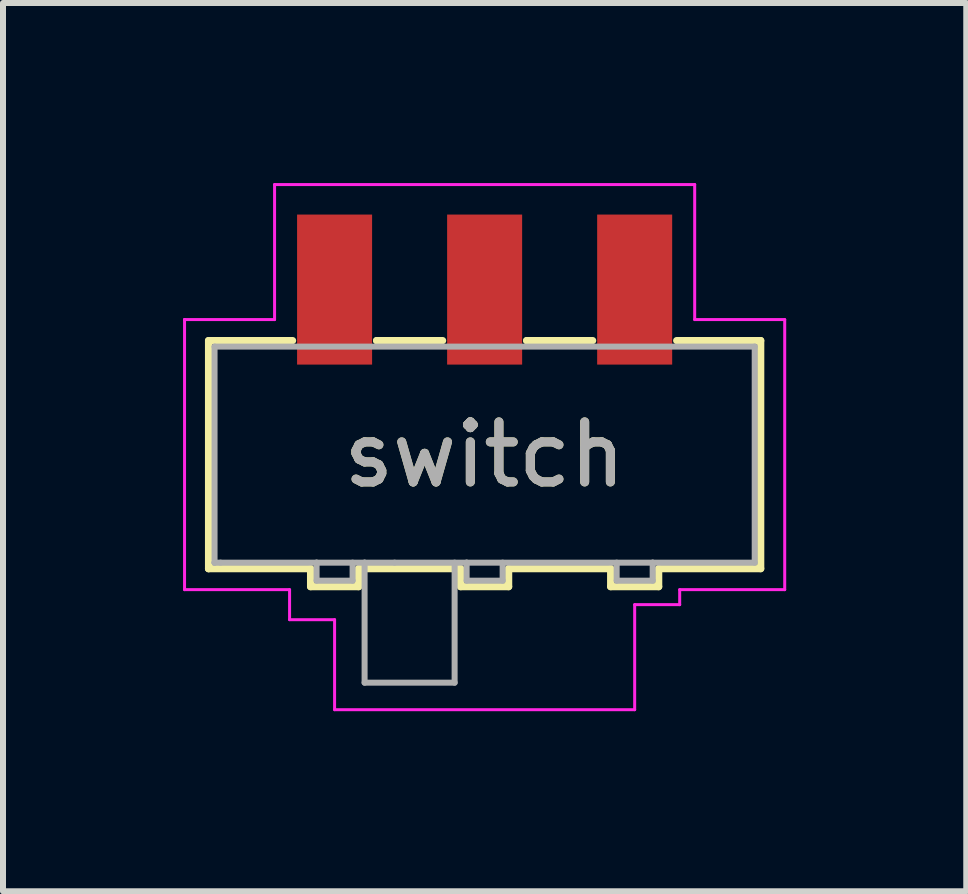
<source format=kicad_pcb>
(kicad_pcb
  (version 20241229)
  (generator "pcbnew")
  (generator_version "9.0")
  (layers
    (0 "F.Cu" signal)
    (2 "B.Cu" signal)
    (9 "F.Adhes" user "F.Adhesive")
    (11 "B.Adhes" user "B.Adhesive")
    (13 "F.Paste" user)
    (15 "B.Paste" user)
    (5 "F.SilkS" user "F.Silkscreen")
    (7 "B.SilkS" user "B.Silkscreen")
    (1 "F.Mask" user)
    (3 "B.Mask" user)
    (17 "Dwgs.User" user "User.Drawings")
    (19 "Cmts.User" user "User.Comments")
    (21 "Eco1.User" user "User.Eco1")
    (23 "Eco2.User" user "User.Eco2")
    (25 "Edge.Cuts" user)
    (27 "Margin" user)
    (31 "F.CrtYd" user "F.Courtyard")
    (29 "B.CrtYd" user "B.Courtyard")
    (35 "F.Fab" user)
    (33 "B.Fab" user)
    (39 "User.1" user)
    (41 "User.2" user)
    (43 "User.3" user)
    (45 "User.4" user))
  (footprint "switch"
    (layer "F.Cu")
    (at 5.025 4.025)
    (property "Reference" "switch" (at 0 0.5 0) (layer "F.SilkS") (effects (font (size 1 1) (thickness 0.15))))
    (attr through_hole)
    (fp_line (start -4.6 -1.4) (end -3.2 -1.4) (stroke (width 0.12) (type solid)) (layer "F.SilkS"))
    (fp_line (start -4.6 2.4) (end -4.6 -1.4) (stroke (width 0.12) (type solid)) (layer "F.SilkS"))
    (fp_line (start -4.6 2.4) (end -4.6 2.4) (stroke (width 0.12) (type solid)) (layer "F.SilkS"))
    (fp_line (start -2.9 2.4) (end -4.6 2.4) (stroke (width 0.12) (type solid)) (layer "F.SilkS"))
    (fp_line (start -2.9 2.7) (end -2.9 2.4) (stroke (width 0.12) (type solid)) (layer "F.SilkS"))
    (fp_line (start -2.1 2.4) (end -2.1 2.7) (stroke (width 0.12) (type solid)) (layer "F.SilkS"))
    (fp_line (start -2.1 2.7) (end -2.9 2.7) (stroke (width 0.12) (type solid)) (layer "F.SilkS"))
    (fp_line (start -1.8 -1.4) (end -1.8 -1.4) (stroke (width 0.12) (type solid)) (layer "F.SilkS"))
    (fp_line (start -0.7 -1.4) (end -1.8 -1.4) (stroke (width 0.12) (type solid)) (layer "F.SilkS"))
    (fp_line (start -0.4 2.4) (end -2.1 2.4) (stroke (width 0.12) (type solid)) (layer "F.SilkS"))
    (fp_line (start -0.4 2.7) (end -0.4 2.4) (stroke (width 0.12) (type solid)) (layer "F.SilkS"))
    (fp_line (start 0.4 2.4) (end 0.4 2.7) (stroke (width 0.12) (type solid)) (layer "F.SilkS"))
    (fp_line (start 0.4 2.7) (end -0.4 2.7) (stroke (width 0.12) (type solid)) (layer "F.SilkS"))
    (fp_line (start 0.7 -1.4) (end 0.7 -1.4) (stroke (width 0.12) (type solid)) (layer "F.SilkS"))
    (fp_line (start 1.8 -1.4) (end 0.7 -1.4) (stroke (width 0.12) (type solid)) (layer "F.SilkS"))
    (fp_line (start 2.1 2.4) (end 0.4 2.4) (stroke (width 0.12) (type solid)) (layer "F.SilkS"))
    (fp_line (start 2.1 2.7) (end 2.1 2.4) (stroke (width 0.12) (type solid)) (layer "F.SilkS"))
    (fp_line (start 2.9 2.4) (end 2.9 2.7) (stroke (width 0.12) (type solid)) (layer "F.SilkS"))
    (fp_line (start 2.9 2.7) (end 2.1 2.7) (stroke (width 0.12) (type solid)) (layer "F.SilkS"))
    (fp_line (start 3.2 -1.4) (end 4.6 -1.4) (stroke (width 0.12) (type solid)) (layer "F.SilkS"))
    (fp_line (start 4.6 -1.4) (end 4.6 2.4) (stroke (width 0.12) (type solid)) (layer "F.SilkS"))
    (fp_line (start 4.6 2.4) (end 2.9 2.4) (stroke (width 0.12) (type solid)) (layer "F.SilkS"))
    (fp_line (start -5 -1.75) (end -5 -1.75) (stroke (width 0.05) (type solid)) (layer "F.CrtYd"))
    (fp_line (start -5 -1.75) (end -5 2.75) (stroke (width 0.05) (type solid)) (layer "F.CrtYd"))
    (fp_line (start -5 2.75) (end -3.25 2.75) (stroke (width 0.05) (type solid)) (layer "F.CrtYd"))
    (fp_line (start -3.5 -4) (end -3.5 -1.75) (stroke (width 0.05) (type solid)) (layer "F.CrtYd"))
    (fp_line (start -3.5 -1.75) (end -5 -1.75) (stroke (width 0.05) (type solid)) (layer "F.CrtYd"))
    (fp_line (start -3.25 2.75) (end -3.25 3.25) (stroke (width 0.05) (type solid)) (layer "F.CrtYd"))
    (fp_line (start -3.25 3.25) (end -2.5 3.25) (stroke (width 0.05) (type solid)) (layer "F.CrtYd"))
    (fp_line (start -2.5 3.25) (end -2.5 4.75) (stroke (width 0.05) (type solid)) (layer "F.CrtYd"))
    (fp_line (start -2.5 4.75) (end 2.5 4.75) (stroke (width 0.05) (type solid)) (layer "F.CrtYd"))
    (fp_line (start 2.5 3) (end 3.25 3) (stroke (width 0.05) (type solid)) (layer "F.CrtYd"))
    (fp_line (start 2.5 4.75) (end 2.5 3) (stroke (width 0.05) (type solid)) (layer "F.CrtYd"))
    (fp_line (start 3.25 2.75) (end 5 2.75) (stroke (width 0.05) (type solid)) (layer "F.CrtYd"))
    (fp_line (start 3.25 3) (end 3.25 2.75) (stroke (width 0.05) (type solid)) (layer "F.CrtYd"))
    (fp_line (start 3.5 -4) (end -3.5 -4) (stroke (width 0.05) (type solid)) (layer "F.CrtYd"))
    (fp_line (start 3.5 -1.75) (end 3.5 -4) (stroke (width 0.05) (type solid)) (layer "F.CrtYd"))
    (fp_line (start 5 -1.75) (end 3.5 -1.75) (stroke (width 0.05) (type solid)) (layer "F.CrtYd"))
    (fp_line (start 5 2.75) (end 5 -1.75) (stroke (width 0.05) (type solid)) (layer "F.CrtYd"))
    (fp_line (start -4.5 -1.3) (end -4.5 2.3) (stroke (width 0.1) (type solid)) (layer "F.Fab"))
    (fp_line (start -4.5 -1.3) (end 4.5 -1.3) (stroke (width 0.1) (type solid)) (layer "F.Fab"))
    (fp_line (start -4.5 2.3) (end -4.5 2.3) (stroke (width 0.1) (type solid)) (layer "F.Fab"))
    (fp_line (start -4.5 2.3) (end -4.5 2.3) (stroke (width 0.1) (type solid)) (layer "F.Fab"))
    (fp_line (start -4.4 2.3) (end -4.5 2.3) (stroke (width 0.1) (type solid)) (layer "F.Fab"))
    (fp_line (start -2.8 2.3) (end -2.8 2.3) (stroke (width 0.1) (type solid)) (layer "F.Fab"))
    (fp_line (start -2.8 2.6) (end -2.8 2.3) (stroke (width 0.1) (type solid)) (layer "F.Fab"))
    (fp_line (start -2.2 2.3) (end -2.2 2.6) (stroke (width 0.1) (type solid)) (layer "F.Fab"))
    (fp_line (start -2.2 2.6) (end -2.8 2.6) (stroke (width 0.1) (type solid)) (layer "F.Fab"))
    (fp_line (start -2 2.3) (end -2 2.3) (stroke (width 0.1) (type solid)) (layer "F.Fab"))
    (fp_line (start -2 4.3) (end -2 2.3) (stroke (width 0.1) (type solid)) (layer "F.Fab"))
    (fp_line (start -1.5 2.3) (end -1.5 2.3) (stroke (width 0.1) (type solid)) (layer "F.Fab"))
    (fp_line (start -0.5 2.3) (end -0.5 4.3) (stroke (width 0.1) (type solid)) (layer "F.Fab"))
    (fp_line (start -0.5 4.3) (end -2 4.3) (stroke (width 0.1) (type solid)) (layer "F.Fab"))
    (fp_line (start -0.3 2.3) (end -0.3 2.3) (stroke (width 0.1) (type solid)) (layer "F.Fab"))
    (fp_line (start -0.3 2.6) (end -0.3 2.3) (stroke (width 0.1) (type solid)) (layer "F.Fab"))
    (fp_line (start 0.3 2.3) (end 0.3 2.6) (stroke (width 0.1) (type solid)) (layer "F.Fab"))
    (fp_line (start 0.3 2.6) (end -0.3 2.6) (stroke (width 0.1) (type solid)) (layer "F.Fab"))
    (fp_line (start 2.2 2.3) (end 2.2 2.6) (stroke (width 0.1) (type solid)) (layer "F.Fab"))
    (fp_line (start 2.2 2.6) (end 2.8 2.6) (stroke (width 0.1) (type solid)) (layer "F.Fab"))
    (fp_line (start 2.8 2.3) (end 2.8 2.3) (stroke (width 0.1) (type solid)) (layer "F.Fab"))
    (fp_line (start 2.8 2.6) (end 2.8 2.3) (stroke (width 0.1) (type solid)) (layer "F.Fab"))
    (fp_line (start 4.5 -1.3) (end 4.5 2.3) (stroke (width 0.1) (type solid)) (layer "F.Fab"))
    (fp_line (start 4.5 2.3) (end -4.4 2.3) (stroke (width 0.1) (type solid)) (layer "F.Fab"))
    (fp_text user "${REFERENCE}" (at 0 0.5 0) (layer "F.Fab") (effects (font (size 1 1) (thickness 0.15))))
    (pad "1" smd rect (at -2.5 -2.25) (size 1.25 2.5) (layers "F.Cu" "F.Mask" "F.Paste"))
    (pad "2" smd rect (at 0 -2.25) (size 1.25 2.5) (layers "F.Cu" "F.Mask" "F.Paste"))
    (pad "3" smd rect (at 2.5 -2.25) (size 1.25 2.5) (layers "F.Cu" "F.Mask" "F.Paste")))
  (gr_rect
    (start -3 -3)
    (end 13.05 11.8)
    (stroke (width 0.1) (type default))
    (fill no)
    (layer "Edge.Cuts")))
</source>
